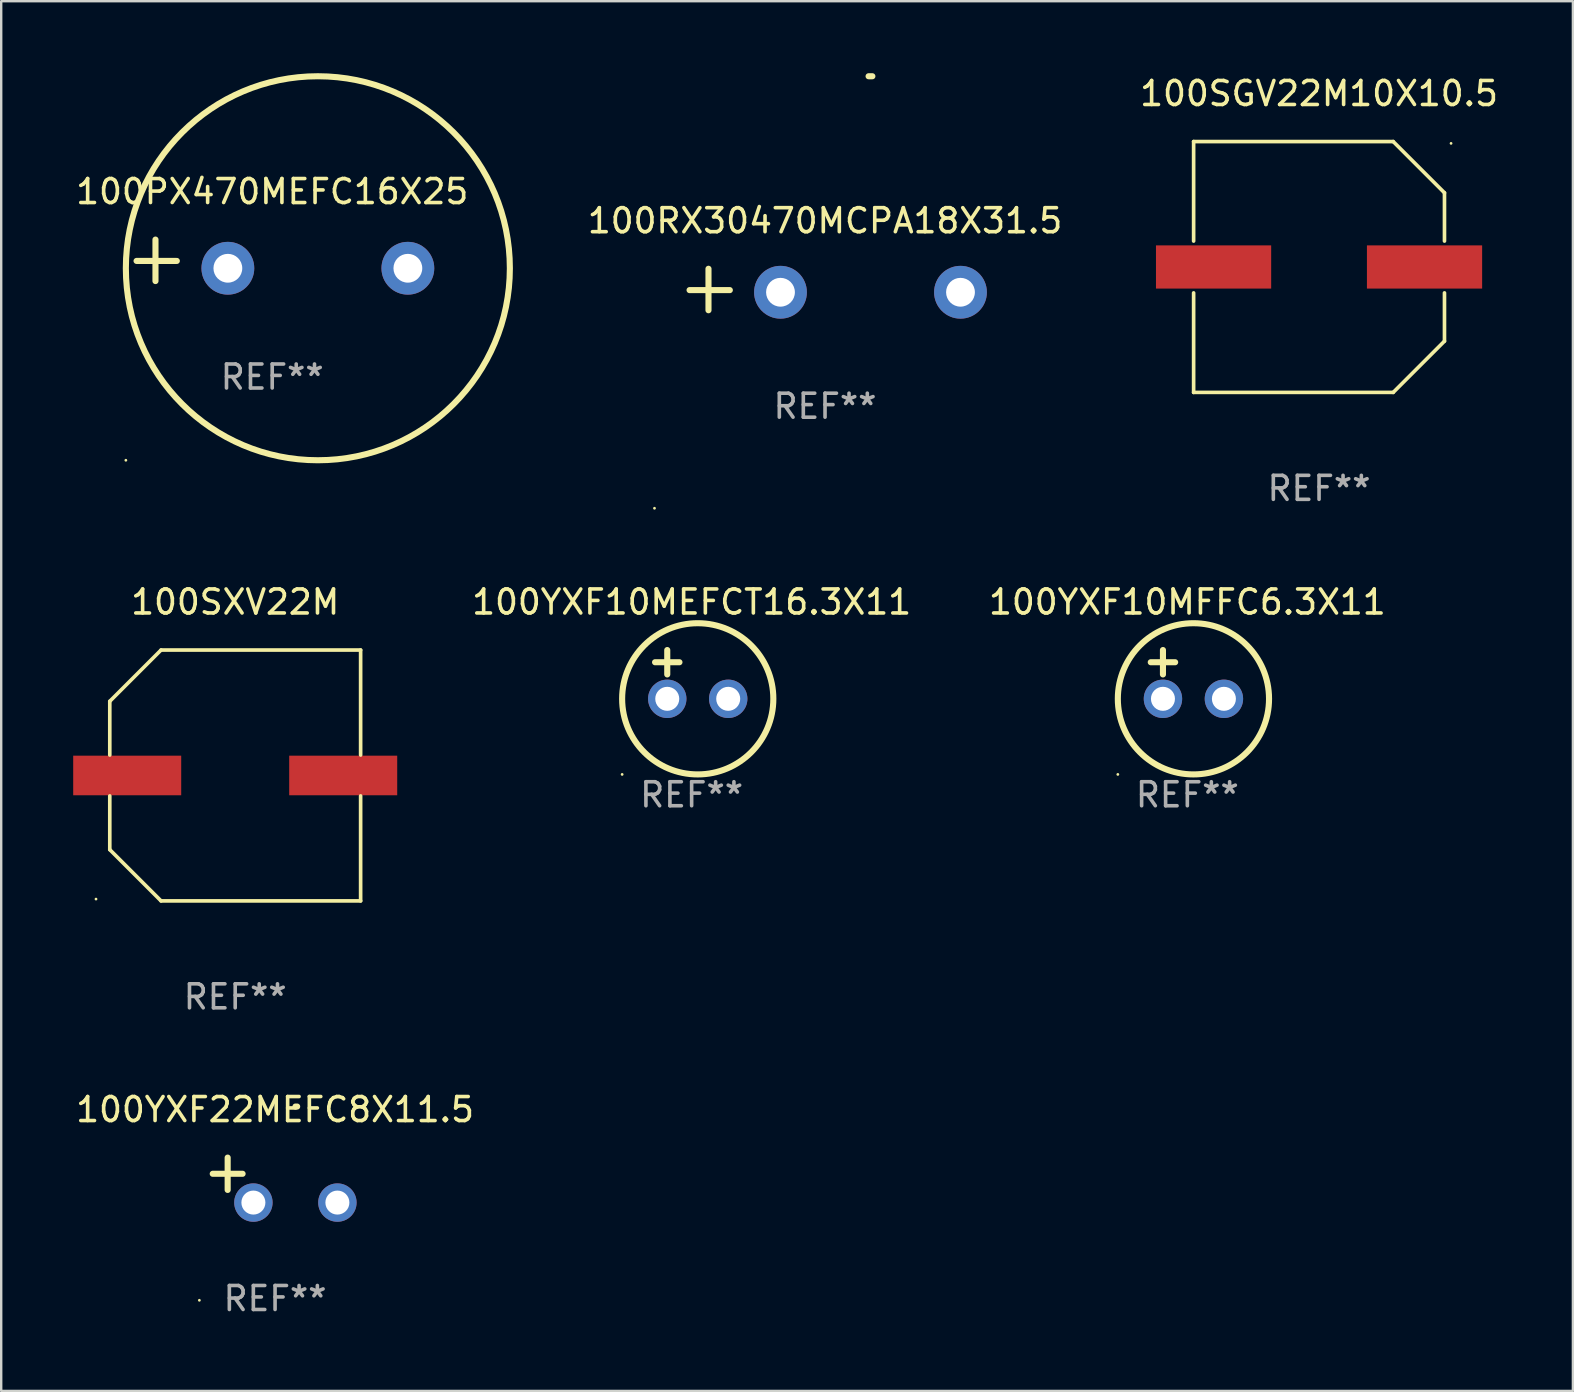
<source format=kicad_pcb>
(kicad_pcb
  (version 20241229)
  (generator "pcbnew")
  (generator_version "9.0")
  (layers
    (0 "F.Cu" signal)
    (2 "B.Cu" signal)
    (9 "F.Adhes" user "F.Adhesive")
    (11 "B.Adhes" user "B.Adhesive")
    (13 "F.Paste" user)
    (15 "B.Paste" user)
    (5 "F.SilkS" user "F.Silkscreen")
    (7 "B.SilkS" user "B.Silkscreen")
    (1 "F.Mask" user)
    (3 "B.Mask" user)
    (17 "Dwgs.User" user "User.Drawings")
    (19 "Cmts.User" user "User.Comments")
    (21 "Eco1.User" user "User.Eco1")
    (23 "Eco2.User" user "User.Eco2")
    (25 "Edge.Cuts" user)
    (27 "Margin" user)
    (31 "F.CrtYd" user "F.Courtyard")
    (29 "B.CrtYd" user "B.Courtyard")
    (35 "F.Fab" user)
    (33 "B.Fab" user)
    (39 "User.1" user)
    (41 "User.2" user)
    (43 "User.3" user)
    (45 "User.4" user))
  (footprint "100YXF10MFFC6.3X11"
    (layer "F.Cu")
    (at 46.422 25.051)
    (property "Reference" "100YXF10MFFC6.3X11" (at 0 -3.016 0) (layer "F.SilkS") (effects (font (size 1 1) (thickness 0.15))))
    (attr through_hole)
    (fp_line (start -1.524 -0.508) (end -0.508 -0.508) (stroke (width 0.254) (type solid)) (layer "F.SilkS"))
    (fp_line (start -1.016 -1.016) (end -1.016 0) (stroke (width 0.254) (type solid)) (layer "F.SilkS"))
    (fp_circle (center -2.896 4.166) (end -2.866 4.166) (stroke (width 0.06) (type solid)) (fill no) (layer "F.SilkS"))
    (fp_circle (center 0.254 1.016) (end 3.404 1.016) (stroke (width 0.254) (type solid)) (fill no) (layer "F.SilkS"))
    (fp_text user "REF**" (at 0 5.016 0) (layer "F.Fab") (effects (font (size 1 1) (thickness 0.15))))
    (pad "1" thru_hole circle (at -1.016 1.016) (size 1.6 1.6) (drill 1) (layers "*.Cu" "*.Mask"))
    (pad "2" thru_hole circle (at 1.524 1.016) (size 1.6 1.6) (drill 1) (layers "*.Cu" "*.Mask")))
  (footprint "100RX30470MCPA18X31.5"
    (layer "F.Cu")
    (at 31.326 9.013)
    (property "Reference" "100RX30470MCPA18X31.5" (at 0 -2.864 0) (layer "F.SilkS") (effects (font (size 1 1) (thickness 0.15))))
    (attr through_hole)
    (fp_line (start -4.856 0.864) (end -4.856 -0.864) (stroke (width 0.254) (type solid)) (layer "F.SilkS"))
    (fp_line (start -3.967 0.025) (end -5.644 0.025) (stroke (width 0.254) (type solid)) (layer "F.SilkS"))
    (fp_arc (start 1.815024 -8.885649) (mid 1.893764 -8.88599) (end 1.972504 -8.885649) (stroke (width 0.254001) (type solid)) (layer "F.SilkS"))
    (fp_circle (center -7.106 9.114) (end -7.076 9.114) (stroke (width 0.06) (type solid)) (fill no) (layer "F.SilkS"))
    (fp_text user "REF**" (at 0 4.864 0) (layer "F.Fab") (effects (font (size 1 1) (thickness 0.15))))
    (pad "1" thru_hole circle (at -1.856 0.114) (size 2.2 2.2) (drill 1.2) (layers "*.Cu" "*.Mask"))
    (pad "2" thru_hole circle (at 5.644 0.114) (size 2.2 2.2) (drill 1.2) (layers "*.Cu" "*.Mask")))
  (footprint "100SXV22M"
    (layer "F.Cu")
    (at 6.75 29.261)
    (property "Reference" "100SXV22M" (at 0 -7.226 0) (layer "F.SilkS") (effects (font (size 1 1) (thickness 0.15))))
    (attr through_hole)
    (fp_line (start -5.226 -3.09) (end -5.226 -0.852) (stroke (width 0.152) (type solid)) (layer "F.SilkS"))
    (fp_line (start -5.226 3.09) (end -5.226 0.852) (stroke (width 0.152) (type solid)) (layer "F.SilkS"))
    (fp_line (start -3.09 -5.226) (end -5.226 -3.09) (stroke (width 0.152) (type solid)) (layer "F.SilkS"))
    (fp_line (start -3.09 5.226) (end -5.226 3.09) (stroke (width 0.152) (type solid)) (layer "F.SilkS"))
    (fp_line (start 5.226 -5.226) (end -3.09 -5.226) (stroke (width 0.152) (type solid)) (layer "F.SilkS"))
    (fp_line (start 5.226 -0.852) (end 5.226 -5.226) (stroke (width 0.152) (type solid)) (layer "F.SilkS"))
    (fp_line (start 5.226 0.852) (end 5.226 5.226) (stroke (width 0.152) (type solid)) (layer "F.SilkS"))
    (fp_line (start 5.226 5.226) (end -3.09 5.226) (stroke (width 0.152) (type solid)) (layer "F.SilkS"))
    (fp_circle (center -5.8 5.15) (end -5.77 5.15) (stroke (width 0.06) (type solid)) (fill no) (layer "F.SilkS"))
    (fp_text user "REF**" (at 0 9.226 0) (layer "F.Fab") (effects (font (size 1 1) (thickness 0.15))))
    (pad "1" smd rect (at -4.5 0) (size 4.5 1.65) (layers "F.Cu" "F.Mask" "F.Paste"))
    (pad "2" smd rect (at 4.5 0) (size 4.5 1.65) (layers "F.Cu" "F.Mask" "F.Paste")))
  (footprint "100SGV22M10X10.5"
    (layer "F.Cu")
    (at 51.91 8.074)
    (property "Reference" "100SGV22M10X10.5" (at 0 -7.226 0) (layer "F.SilkS") (effects (font (size 1 1) (thickness 0.15))))
    (attr through_hole)
    (fp_line (start -5.226 -5.226) (end -5.226 -1.08) (stroke (width 0.152) (type solid)) (layer "F.SilkS"))
    (fp_line (start -5.226 -5.226) (end 3.09 -5.226) (stroke (width 0.152) (type solid)) (layer "F.SilkS"))
    (fp_line (start -5.226 1.08) (end -5.226 5.226) (stroke (width 0.152) (type solid)) (layer "F.SilkS"))
    (fp_line (start -5.226 5.226) (end 3.09 5.226) (stroke (width 0.152) (type solid)) (layer "F.SilkS"))
    (fp_line (start 3.09 -5.226) (end 5.226 -3.09) (stroke (width 0.152) (type solid)) (layer "F.SilkS"))
    (fp_line (start 3.09 5.226) (end 5.226 3.09) (stroke (width 0.152) (type solid)) (layer "F.SilkS"))
    (fp_line (start 5.226 -1.08) (end 5.226 -3.09) (stroke (width 0.152) (type solid)) (layer "F.SilkS"))
    (fp_line (start 5.226 3.09) (end 5.226 1.08) (stroke (width 0.152) (type solid)) (layer "F.SilkS"))
    (fp_circle (center 5.5 -5.15) (end 5.53 -5.15) (stroke (width 0.06) (type solid)) (fill no) (layer "F.SilkS"))
    (fp_text user "REF**" (at 0 9.226 0) (layer "F.Fab") (effects (font (size 1 1) (thickness 0.15))))
    (pad "1" smd rect (at 4.395 0 180) (size 4.8 1.8) (layers "F.Cu" "F.Mask" "F.Paste"))
    (pad "2" smd rect (at -4.395 0 180) (size 4.8 1.8) (layers "F.Cu" "F.Mask" "F.Paste")))
  (footprint "100YXF22MEFC8X11.5"
    (layer "F.Cu")
    (at 8.411 46.12)
    (property "Reference" "100YXF22MEFC8X11.5" (at 0 -2.937 0) (layer "F.SilkS") (effects (font (size 1 1) (thickness 0.15))))
    (attr through_hole)
    (fp_line (start -1.975 0.41) (end -1.975 -0.937) (stroke (width 0.254) (type solid)) (layer "F.SilkS"))
    (fp_line (start -1.353 -0.263) (end -2.597 -0.263) (stroke (width 0.254) (type solid)) (layer "F.SilkS"))
    (fp_arc (start 0.849809 -3.063957) (mid 0.885369 -3.064114) (end 0.920929 -3.063957) (stroke (width 0.254001) (type solid)) (layer "F.SilkS"))
    (fp_circle (center -3.154 5.008) (end -3.124 5.008) (stroke (width 0.06) (type solid)) (fill no) (layer "F.SilkS"))
    (fp_text user "REF**" (at 0 4.937 0) (layer "F.Fab") (effects (font (size 1 1) (thickness 0.15))))
    (pad "1" thru_hole circle (at -0.903 0.937) (size 1.6 1.6) (drill 1) (layers "*.Cu" "*.Mask"))
    (pad "2" thru_hole circle (at 2.597 0.937) (size 1.6 1.6) (drill 1) (layers "*.Cu" "*.Mask")))
  (footprint "100YXF10MEFCT16.3X11"
    (layer "F.Cu")
    (at 25.768 25.051)
    (property "Reference" "100YXF10MEFCT16.3X11" (at 0 -3.016 0) (layer "F.SilkS") (effects (font (size 1 1) (thickness 0.15))))
    (attr through_hole)
    (fp_line (start -1.524 -0.508) (end -0.508 -0.508) (stroke (width 0.254) (type solid)) (layer "F.SilkS"))
    (fp_line (start -1.016 -1.016) (end -1.016 0) (stroke (width 0.254) (type solid)) (layer "F.SilkS"))
    (fp_circle (center -2.896 4.166) (end -2.866 4.166) (stroke (width 0.06) (type solid)) (fill no) (layer "F.SilkS"))
    (fp_circle (center 0.254 1.016) (end 3.404 1.016) (stroke (width 0.254) (type solid)) (fill no) (layer "F.SilkS"))
    (fp_text user "REF**" (at 0 5.016 0) (layer "F.Fab") (effects (font (size 1 1) (thickness 0.15))))
    (pad "1" thru_hole circle (at -1.016 1.016) (size 1.6 1.6) (drill 1) (layers "*.Cu" "*.Mask"))
    (pad "2" thru_hole circle (at 1.524 1.016) (size 1.6 1.6) (drill 1) (layers "*.Cu" "*.Mask")))
  (footprint "100PX470MEFC16X25"
    (layer "F.Cu")
    (at 8.292 7.797)
    (property "Reference" "100PX470MEFC16X25" (at 0 -2.864 0) (layer "F.SilkS") (effects (font (size 1 1) (thickness 0.15))))
    (attr through_hole)
    (fp_line (start -4.864 0.864) (end -4.864 -0.864) (stroke (width 0.254) (type solid)) (layer "F.SilkS"))
    (fp_line (start -3.975 0.025) (end -5.652 0.025) (stroke (width 0.254) (type solid)) (layer "F.SilkS"))
    (fp_circle (center -6.098 8.33) (end -6.068 8.33) (stroke (width 0.06) (type solid)) (fill no) (layer "F.SilkS"))
    (fp_circle (center 1.902 0.33) (end 9.902 0.33) (stroke (width 0.254) (type solid)) (fill no) (layer "F.SilkS"))
    (fp_text user "REF**" (at 0 4.864 0) (layer "F.Fab") (effects (font (size 1 1) (thickness 0.15))))
    (pad "1" thru_hole circle (at -1.848 0.33) (size 2.2 2.2) (drill 1.2) (layers "*.Cu" "*.Mask"))
    (pad "2" thru_hole circle (at 5.652 0.33) (size 2.2 2.2) (drill 1.2) (layers "*.Cu" "*.Mask")))
  (gr_rect
    (start -3 -3)
    (end 62.487 54.905)
    (stroke (width 0.1) (type default))
    (fill no)
    (layer "Edge.Cuts")))
</source>
